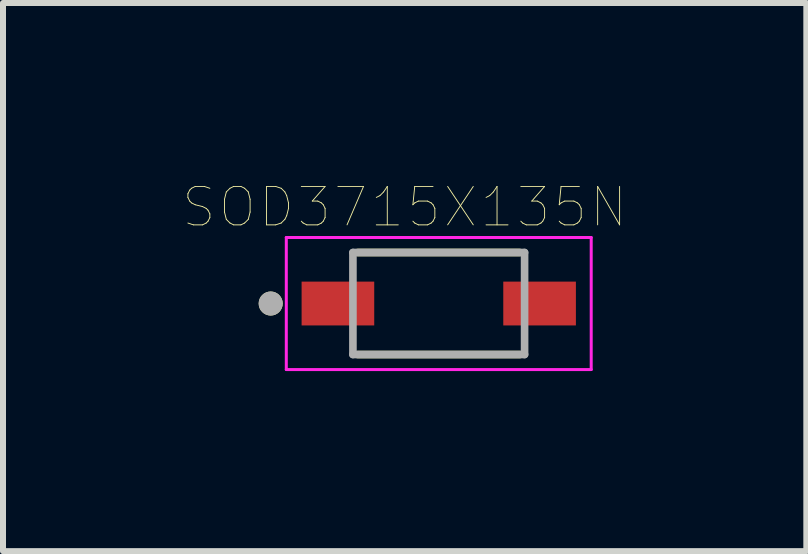
<source format=kicad_pcb>
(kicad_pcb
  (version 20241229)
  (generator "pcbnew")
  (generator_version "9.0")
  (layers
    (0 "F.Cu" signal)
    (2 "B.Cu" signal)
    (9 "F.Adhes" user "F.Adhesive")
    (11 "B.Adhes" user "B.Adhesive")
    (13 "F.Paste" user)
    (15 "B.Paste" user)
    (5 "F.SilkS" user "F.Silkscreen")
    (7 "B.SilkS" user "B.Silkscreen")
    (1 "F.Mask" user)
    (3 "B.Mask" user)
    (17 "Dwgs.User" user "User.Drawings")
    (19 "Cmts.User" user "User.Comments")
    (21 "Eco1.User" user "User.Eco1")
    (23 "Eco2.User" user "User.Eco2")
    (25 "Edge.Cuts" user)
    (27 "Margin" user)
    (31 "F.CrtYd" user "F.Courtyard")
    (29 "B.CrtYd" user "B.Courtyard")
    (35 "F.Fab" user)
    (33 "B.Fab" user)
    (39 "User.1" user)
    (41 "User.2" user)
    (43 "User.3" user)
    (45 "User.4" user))
  (footprint "SOD3715X135N"
    (layer "F.Cu")
    (at 4.26 2.007)
    (property "Reference" "SOD3715X135N" (at -0.568 -1.606 0) (layer "F.SilkS") (effects (font (size 0.64 0.64) (thickness 0.015))))
    (attr through_hole)
    (fp_line (start -1.35 -0.85) (end 1.35 -0.85) (stroke (width 0.127) (type solid)) (layer "F.SilkS"))
    (fp_line (start -1.35 0.85) (end 1.35 0.85) (stroke (width 0.127) (type solid)) (layer "F.SilkS"))
    (fp_circle (center -2.8 0) (end -2.7 0) (stroke (width 0.2) (type solid)) (fill no) (layer "F.SilkS"))
    (fp_line (start -2.54 -1.1) (end 2.54 -1.1) (stroke (width 0.05) (type solid)) (layer "F.CrtYd"))
    (fp_line (start -2.54 1.1) (end -2.54 -1.1) (stroke (width 0.05) (type solid)) (layer "F.CrtYd"))
    (fp_line (start 2.54 -1.1) (end 2.54 1.1) (stroke (width 0.05) (type solid)) (layer "F.CrtYd"))
    (fp_line (start 2.54 1.1) (end -2.54 1.1) (stroke (width 0.05) (type solid)) (layer "F.CrtYd"))
    (fp_line (start -1.43 -0.85) (end 1.43 -0.85) (stroke (width 0.127) (type solid)) (layer "F.Fab"))
    (fp_line (start -1.43 0.85) (end -1.43 -0.85) (stroke (width 0.127) (type solid)) (layer "F.Fab"))
    (fp_line (start 1.43 -0.85) (end 1.43 0.85) (stroke (width 0.127) (type solid)) (layer "F.Fab"))
    (fp_line (start 1.43 0.85) (end -1.43 0.85) (stroke (width 0.127) (type solid)) (layer "F.Fab"))
    (fp_circle (center -2.8 0) (end -2.7 0) (stroke (width 0.2) (type solid)) (fill no) (layer "F.Fab"))
    (pad "A" smd rect (at 1.68 0) (size 1.21 0.73) (layers "F.Cu" "F.Mask" "F.Paste"))
    (pad "C" smd rect (at -1.68 0) (size 1.21 0.73) (layers "F.Cu" "F.Mask" "F.Paste")))
  (gr_rect
    (start -3 -3)
    (end 10.384 6.132)
    (stroke (width 0.1) (type default))
    (fill no)
    (layer "Edge.Cuts")))
</source>
